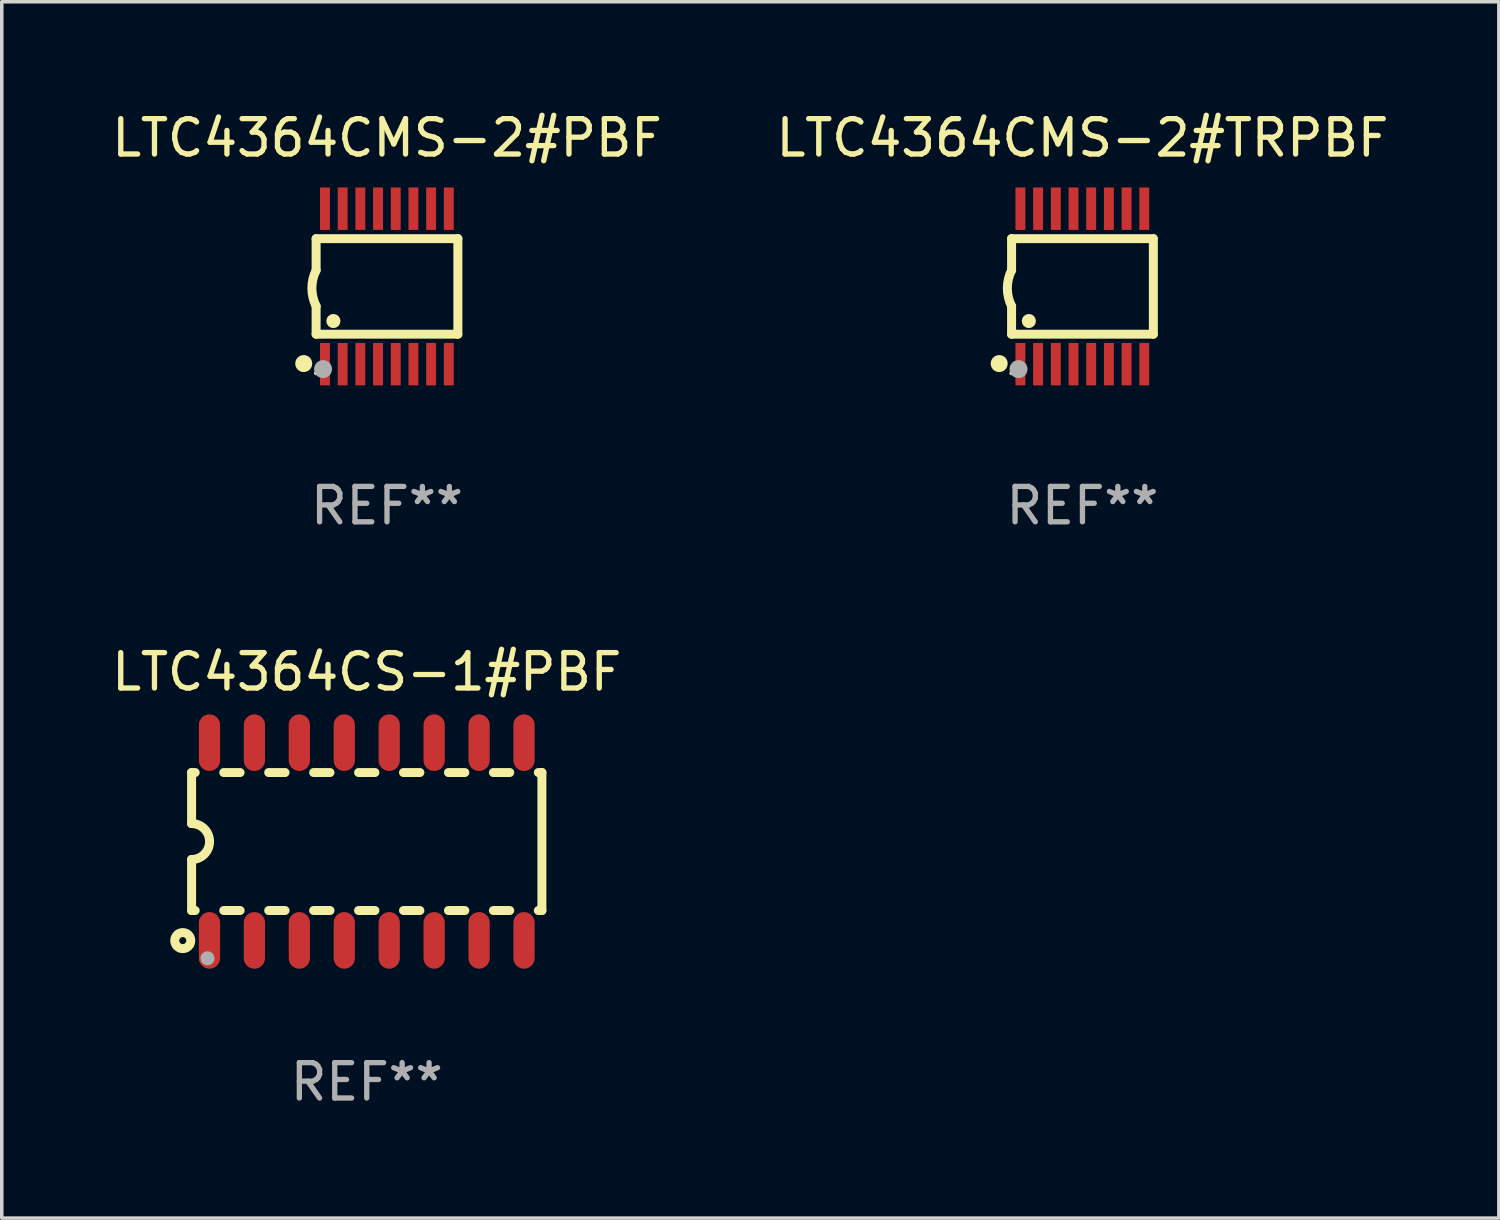
<source format=kicad_pcb>
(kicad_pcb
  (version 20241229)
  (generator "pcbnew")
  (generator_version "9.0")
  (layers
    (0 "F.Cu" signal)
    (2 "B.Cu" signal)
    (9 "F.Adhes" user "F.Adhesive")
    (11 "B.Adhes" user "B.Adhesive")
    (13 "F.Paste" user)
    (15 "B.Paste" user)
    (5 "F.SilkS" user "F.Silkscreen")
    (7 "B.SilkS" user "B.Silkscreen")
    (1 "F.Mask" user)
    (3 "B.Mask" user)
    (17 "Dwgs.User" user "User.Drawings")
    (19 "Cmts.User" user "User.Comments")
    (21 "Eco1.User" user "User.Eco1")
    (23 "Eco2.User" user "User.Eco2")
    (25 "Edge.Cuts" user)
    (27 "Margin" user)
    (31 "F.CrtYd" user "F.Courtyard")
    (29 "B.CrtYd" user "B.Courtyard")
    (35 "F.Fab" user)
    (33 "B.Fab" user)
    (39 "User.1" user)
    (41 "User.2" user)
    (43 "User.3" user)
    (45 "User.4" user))
  (footprint "LTC4364CMS-2#TRPBF"
    (layer "F.Cu")
    (at 27.542 5.045)
    (property "Reference" "LTC4364CMS-2#TRPBF" (at 0 -4.197 0) (layer "F.SilkS") (effects (font (size 1 1) (thickness 0.15))))
    (attr through_hole)
    (fp_line (start -2.003 -1.35) (end -2.003 -0.457) (stroke (width 0.254) (type solid)) (layer "F.SilkS"))
    (fp_line (start -2.003 -1.35) (end 2.003 -1.35) (stroke (width 0.254) (type solid)) (layer "F.SilkS"))
    (fp_line (start -2.003 1.35) (end -2.003 0.559) (stroke (width 0.254) (type solid)) (layer "F.SilkS"))
    (fp_line (start -2.003 1.35) (end 2.003 1.35) (stroke (width 0.254) (type solid)) (layer "F.SilkS"))
    (fp_line (start 2.003 -1.35) (end 2.003 1.35) (stroke (width 0.254) (type solid)) (layer "F.SilkS"))
    (fp_arc (start -2.002286 0.558802) (mid -2.122556 0.05092) (end -2.003302 -0.457201) (stroke (width 0.254001) (type solid)) (layer "F.SilkS"))
    (fp_circle (center -2.353 2.18) (end -2.233 2.18) (stroke (width 0.24) (type solid)) (fill no) (layer "F.SilkS"))
    (fp_circle (center -2.003 2.45) (end -1.973 2.45) (stroke (width 0.06) (type solid)) (fill no) (layer "F.SilkS"))
    (fp_circle (center -1.515 0.978) (end -1.415 0.978) (stroke (width 0.2) (type solid)) (fill no) (layer "F.SilkS"))
    (fp_circle (center -1.807 2.337) (end -1.68 2.337) (stroke (width 0.254) (type solid)) (fill no) (layer "F.Fab"))
    (fp_text user "REF**" (at 0 6.197 0) (layer "F.Fab") (effects (font (size 1 1) (thickness 0.15))))
    (pad "1" smd rect (at -1.753 2.197 90) (size 1.2 0.28) (layers "F.Cu" "F.Mask" "F.Paste"))
    (pad "2" smd rect (at -1.253 2.197 90) (size 1.2 0.28) (layers "F.Cu" "F.Mask" "F.Paste"))
    (pad "3" smd rect (at -0.753 2.197 90) (size 1.2 0.28) (layers "F.Cu" "F.Mask" "F.Paste"))
    (pad "4" smd rect (at -0.253 2.197 90) (size 1.2 0.28) (layers "F.Cu" "F.Mask" "F.Paste"))
    (pad "5" smd rect (at 0.247 2.197 90) (size 1.2 0.28) (layers "F.Cu" "F.Mask" "F.Paste"))
    (pad "6" smd rect (at 0.747 2.197 90) (size 1.2 0.28) (layers "F.Cu" "F.Mask" "F.Paste"))
    (pad "7" smd rect (at 1.247 2.197 90) (size 1.2 0.28) (layers "F.Cu" "F.Mask" "F.Paste"))
    (pad "8" smd rect (at 1.747 2.197 90) (size 1.2 0.28) (layers "F.Cu" "F.Mask" "F.Paste"))
    (pad "9" smd rect (at 1.747 -2.197 90) (size 1.2 0.28) (layers "F.Cu" "F.Mask" "F.Paste"))
    (pad "10" smd rect (at 1.247 -2.197 90) (size 1.2 0.28) (layers "F.Cu" "F.Mask" "F.Paste"))
    (pad "11" smd rect (at 0.747 -2.197 90) (size 1.2 0.28) (layers "F.Cu" "F.Mask" "F.Paste"))
    (pad "12" smd rect (at 0.247 -2.197 90) (size 1.2 0.28) (layers "F.Cu" "F.Mask" "F.Paste"))
    (pad "13" smd rect (at -0.253 -2.197 90) (size 1.2 0.28) (layers "F.Cu" "F.Mask" "F.Paste"))
    (pad "14" smd rect (at -0.753 -2.197 90) (size 1.2 0.28) (layers "F.Cu" "F.Mask" "F.Paste"))
    (pad "15" smd rect (at -1.253 -2.197 90) (size 1.2 0.28) (layers "F.Cu" "F.Mask" "F.Paste"))
    (pad "16" smd rect (at -1.753 -2.197 90) (size 1.2 0.28) (layers "F.Cu" "F.Mask" "F.Paste")))
  (footprint "LTC4364CMS-2#PBF"
    (layer "F.Cu")
    (at 7.887 5.045)
    (property "Reference" "LTC4364CMS-2#PBF" (at 0 -4.197 0) (layer "F.SilkS") (effects (font (size 1 1) (thickness 0.15))))
    (attr through_hole)
    (fp_line (start -2.003 -1.35) (end -2.003 -0.457) (stroke (width 0.254) (type solid)) (layer "F.SilkS"))
    (fp_line (start -2.003 -1.35) (end 2.003 -1.35) (stroke (width 0.254) (type solid)) (layer "F.SilkS"))
    (fp_line (start -2.003 1.35) (end -2.003 0.559) (stroke (width 0.254) (type solid)) (layer "F.SilkS"))
    (fp_line (start -2.003 1.35) (end 2.003 1.35) (stroke (width 0.254) (type solid)) (layer "F.SilkS"))
    (fp_line (start 2.003 -1.35) (end 2.003 1.35) (stroke (width 0.254) (type solid)) (layer "F.SilkS"))
    (fp_arc (start -2.002286 0.558802) (mid -2.122556 0.05092) (end -2.003302 -0.457201) (stroke (width 0.254001) (type solid)) (layer "F.SilkS"))
    (fp_circle (center -2.353 2.18) (end -2.233 2.18) (stroke (width 0.24) (type solid)) (fill no) (layer "F.SilkS"))
    (fp_circle (center -2.003 2.45) (end -1.973 2.45) (stroke (width 0.06) (type solid)) (fill no) (layer "F.SilkS"))
    (fp_circle (center -1.515 0.978) (end -1.415 0.978) (stroke (width 0.2) (type solid)) (fill no) (layer "F.SilkS"))
    (fp_circle (center -1.807 2.337) (end -1.68 2.337) (stroke (width 0.254) (type solid)) (fill no) (layer "F.Fab"))
    (fp_text user "REF**" (at 0 6.197 0) (layer "F.Fab") (effects (font (size 1 1) (thickness 0.15))))
    (pad "1" smd rect (at -1.753 2.197 90) (size 1.2 0.28) (layers "F.Cu" "F.Mask" "F.Paste"))
    (pad "2" smd rect (at -1.253 2.197 90) (size 1.2 0.28) (layers "F.Cu" "F.Mask" "F.Paste"))
    (pad "3" smd rect (at -0.753 2.197 90) (size 1.2 0.28) (layers "F.Cu" "F.Mask" "F.Paste"))
    (pad "4" smd rect (at -0.253 2.197 90) (size 1.2 0.28) (layers "F.Cu" "F.Mask" "F.Paste"))
    (pad "5" smd rect (at 0.247 2.197 90) (size 1.2 0.28) (layers "F.Cu" "F.Mask" "F.Paste"))
    (pad "6" smd rect (at 0.747 2.197 90) (size 1.2 0.28) (layers "F.Cu" "F.Mask" "F.Paste"))
    (pad "7" smd rect (at 1.247 2.197 90) (size 1.2 0.28) (layers "F.Cu" "F.Mask" "F.Paste"))
    (pad "8" smd rect (at 1.747 2.197 90) (size 1.2 0.28) (layers "F.Cu" "F.Mask" "F.Paste"))
    (pad "9" smd rect (at 1.747 -2.197 90) (size 1.2 0.28) (layers "F.Cu" "F.Mask" "F.Paste"))
    (pad "10" smd rect (at 1.247 -2.197 90) (size 1.2 0.28) (layers "F.Cu" "F.Mask" "F.Paste"))
    (pad "11" smd rect (at 0.747 -2.197 90) (size 1.2 0.28) (layers "F.Cu" "F.Mask" "F.Paste"))
    (pad "12" smd rect (at 0.247 -2.197 90) (size 1.2 0.28) (layers "F.Cu" "F.Mask" "F.Paste"))
    (pad "13" smd rect (at -0.253 -2.197 90) (size 1.2 0.28) (layers "F.Cu" "F.Mask" "F.Paste"))
    (pad "14" smd rect (at -0.753 -2.197 90) (size 1.2 0.28) (layers "F.Cu" "F.Mask" "F.Paste"))
    (pad "15" smd rect (at -1.253 -2.197 90) (size 1.2 0.28) (layers "F.Cu" "F.Mask" "F.Paste"))
    (pad "16" smd rect (at -1.753 -2.197 90) (size 1.2 0.28) (layers "F.Cu" "F.Mask" "F.Paste")))
  (footprint "LTC4364CS-1#PBF"
    (layer "F.Cu")
    (at 7.315 20.733)
    (property "Reference" "LTC4364CS-1#PBF" (at 0 -4.794 0) (layer "F.SilkS") (effects (font (size 1 1) (thickness 0.15))))
    (attr through_hole)
    (fp_line (start -4.95 -1.95) (end -4.95 -0.508) (stroke (width 0.254) (type solid)) (layer "F.SilkS"))
    (fp_line (start -4.95 -1.95) (end -4.849 -1.95) (stroke (width 0.254) (type solid)) (layer "F.SilkS"))
    (fp_line (start -4.95 1.95) (end -4.95 0.508) (stroke (width 0.254) (type solid)) (layer "F.SilkS"))
    (fp_line (start -4.95 1.95) (end -4.849 1.95) (stroke (width 0.254) (type solid)) (layer "F.SilkS"))
    (fp_line (start -4.041 -1.95) (end -3.579 -1.95) (stroke (width 0.254) (type solid)) (layer "F.SilkS"))
    (fp_line (start -4.041 1.95) (end -3.579 1.95) (stroke (width 0.254) (type solid)) (layer "F.SilkS"))
    (fp_line (start -2.771 -1.95) (end -2.309 -1.95) (stroke (width 0.254) (type solid)) (layer "F.SilkS"))
    (fp_line (start -2.771 1.95) (end -2.309 1.95) (stroke (width 0.254) (type solid)) (layer "F.SilkS"))
    (fp_line (start -1.501 -1.95) (end -1.039 -1.95) (stroke (width 0.254) (type solid)) (layer "F.SilkS"))
    (fp_line (start -1.501 1.95) (end -1.039 1.95) (stroke (width 0.254) (type solid)) (layer "F.SilkS"))
    (fp_line (start -0.231 -1.95) (end 0.231 -1.95) (stroke (width 0.254) (type solid)) (layer "F.SilkS"))
    (fp_line (start -0.231 1.95) (end 0.231 1.95) (stroke (width 0.254) (type solid)) (layer "F.SilkS"))
    (fp_line (start 1.039 -1.95) (end 1.501 -1.95) (stroke (width 0.254) (type solid)) (layer "F.SilkS"))
    (fp_line (start 1.039 1.95) (end 1.501 1.95) (stroke (width 0.254) (type solid)) (layer "F.SilkS"))
    (fp_line (start 2.309 -1.95) (end 2.771 -1.95) (stroke (width 0.254) (type solid)) (layer "F.SilkS"))
    (fp_line (start 2.309 1.95) (end 2.771 1.95) (stroke (width 0.254) (type solid)) (layer "F.SilkS"))
    (fp_line (start 3.579 -1.95) (end 4.041 -1.95) (stroke (width 0.254) (type solid)) (layer "F.SilkS"))
    (fp_line (start 3.579 1.95) (end 4.041 1.95) (stroke (width 0.254) (type solid)) (layer "F.SilkS"))
    (fp_line (start 4.849 -1.95) (end 4.95 -1.95) (stroke (width 0.254) (type solid)) (layer "F.SilkS"))
    (fp_line (start 4.849 1.95) (end 4.95 1.95) (stroke (width 0.254) (type solid)) (layer "F.SilkS"))
    (fp_line (start 4.95 -1.95) (end 4.95 1.95) (stroke (width 0.254) (type solid)) (layer "F.SilkS"))
    (fp_arc (start -4.95047 -0.508001) (mid -4.442469 -0.000228) (end -4.950013 0.508001) (stroke (width 0.254001) (type solid)) (layer "F.SilkS"))
    (fp_circle (center -5.2 2.8) (end -5.1 2.8) (stroke (width 0.254) (type solid)) (fill no) (layer "F.SilkS"))
    (fp_circle (center -4.95 2.947) (end -4.92 2.947) (stroke (width 0.06) (type solid)) (fill no) (layer "F.SilkS"))
    (fp_circle (center -4.5 3.3) (end -4.4 3.3) (stroke (width 0.2) (type solid)) (fill no) (layer "F.Fab"))
    (fp_text user "REF**" (at 0 6.794 0) (layer "F.Fab") (effects (font (size 1 1) (thickness 0.15))))
    (pad "1" smd oval (at -4.445 2.794) (size 0.6 1.6) (layers "F.Cu" "F.Mask" "F.Paste"))
    (pad "2" smd oval (at -3.175 2.794) (size 0.6 1.6) (layers "F.Cu" "F.Mask" "F.Paste"))
    (pad "3" smd oval (at -1.905 2.794) (size 0.6 1.6) (layers "F.Cu" "F.Mask" "F.Paste"))
    (pad "4" smd oval (at -0.635 2.794) (size 0.6 1.6) (layers "F.Cu" "F.Mask" "F.Paste"))
    (pad "5" smd oval (at 0.635 2.794) (size 0.6 1.6) (layers "F.Cu" "F.Mask" "F.Paste"))
    (pad "6" smd oval (at 1.905 2.794) (size 0.6 1.6) (layers "F.Cu" "F.Mask" "F.Paste"))
    (pad "7" smd oval (at 3.175 2.794) (size 0.6 1.6) (layers "F.Cu" "F.Mask" "F.Paste"))
    (pad "8" smd oval (at 4.445 2.794) (size 0.6 1.6) (layers "F.Cu" "F.Mask" "F.Paste"))
    (pad "9" smd oval (at 4.445 -2.794) (size 0.6 1.6) (layers "F.Cu" "F.Mask" "F.Paste"))
    (pad "10" smd oval (at 3.175 -2.794) (size 0.6 1.6) (layers "F.Cu" "F.Mask" "F.Paste"))
    (pad "11" smd oval (at 1.905 -2.794) (size 0.6 1.6) (layers "F.Cu" "F.Mask" "F.Paste"))
    (pad "12" smd oval (at 0.635 -2.794) (size 0.6 1.6) (layers "F.Cu" "F.Mask" "F.Paste"))
    (pad "13" smd oval (at -0.635 -2.794) (size 0.6 1.6) (layers "F.Cu" "F.Mask" "F.Paste"))
    (pad "14" smd oval (at -1.905 -2.794) (size 0.6 1.6) (layers "F.Cu" "F.Mask" "F.Paste"))
    (pad "15" smd oval (at -3.175 -2.794) (size 0.6 1.6) (layers "F.Cu" "F.Mask" "F.Paste"))
    (pad "16" smd oval (at -4.445 -2.794) (size 0.6 1.6) (layers "F.Cu" "F.Mask" "F.Paste")))
  (gr_rect
    (start -3 -3)
    (end 39.31 31.375)
    (stroke (width 0.1) (type default))
    (fill no)
    (layer "Edge.Cuts")))
</source>
